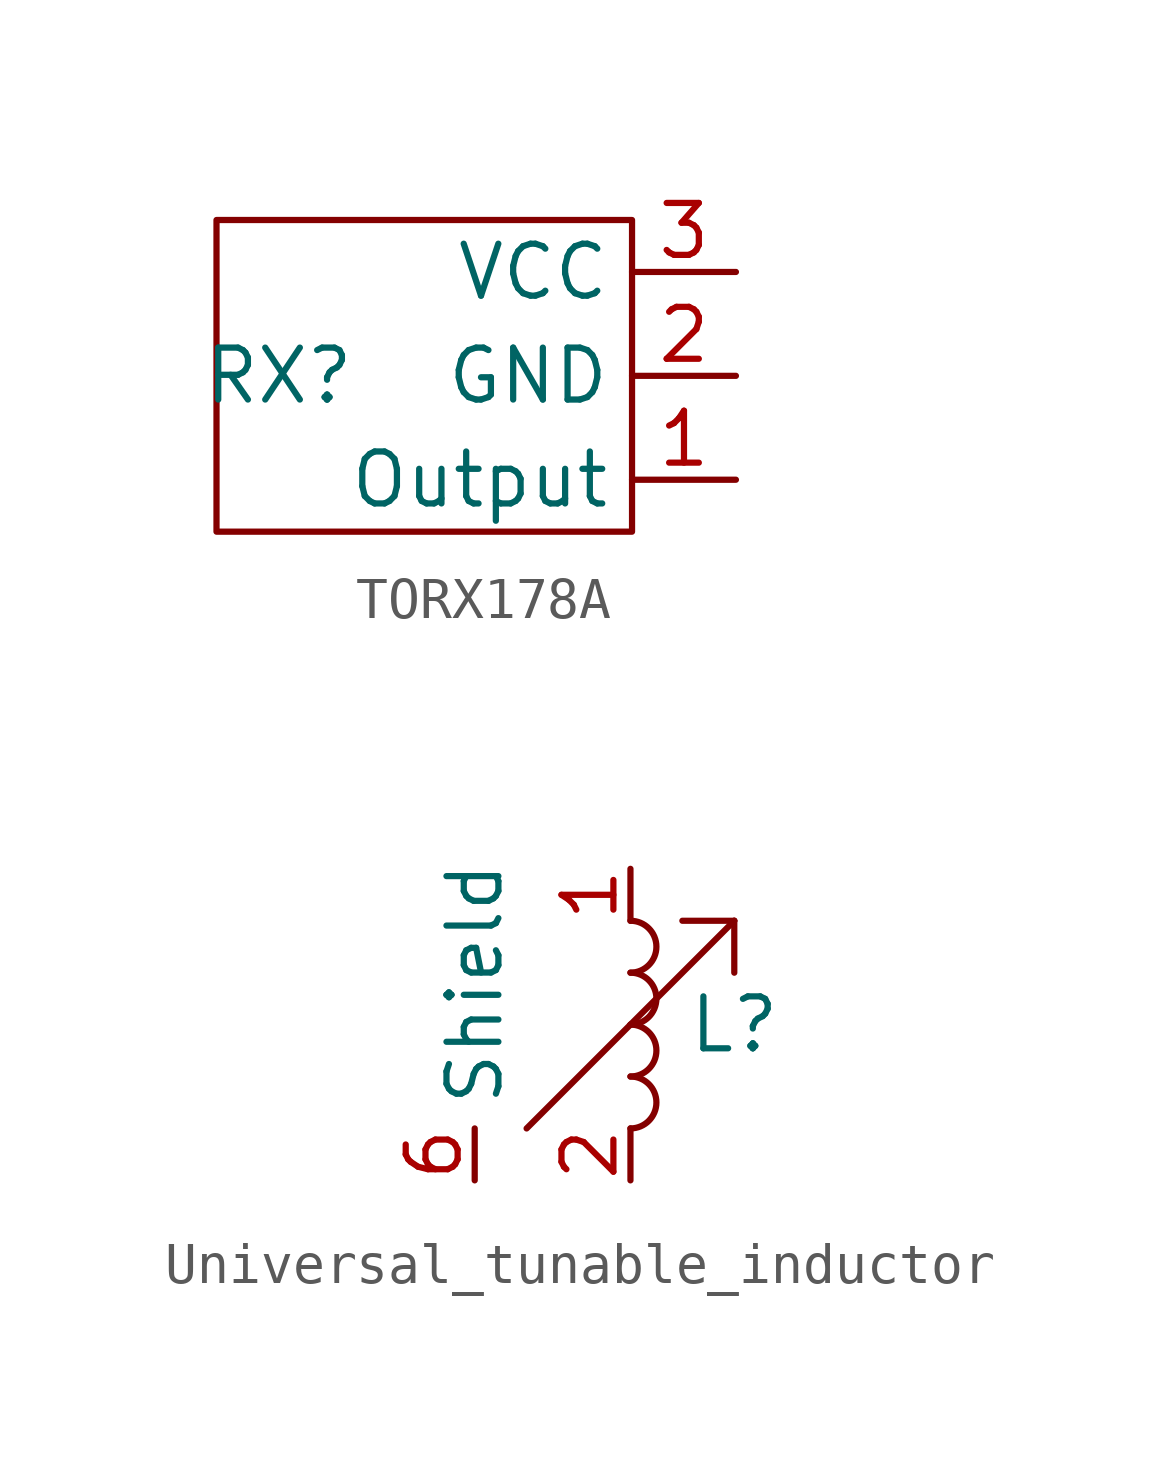
<source format=kicad_sym>
(kicad_symbol_lib
  (version 20241209)
  (generator "kicad_symbol_editor")
  (generator_version "9.0")
  (symbol "TORX178A"
    (property "Reference" "RX"
      (at -3.556 0 0)
      (effects (font (size 1.27 1.27))))
    (property "Value" ""
      (at 0 0 0)
      (effects (font (size 1.27 1.27))))
    (symbol "TORX178A_0_1"
      (rectangle (start -5.08 3.81) (end 5.08 -3.81) (stroke (width 0) (type default)) (fill (type none))))
    (symbol "TORX178A_1_1"
      (pin power_in line (at 7.62 2.54 180) (length 2.54) (name "VCC" (effects (font (size 1.27 1.27)))) (number "3" (effects (font (size 1.27 1.27)))))
      (pin power_in line (at 7.62 0 180) (length 2.54) (name "GND" (effects (font (size 1.27 1.27)))) (number "2" (effects (font (size 1.27 1.27)))))
      (pin open_collector line (at 7.62 -2.54 180) (length 2.54) (name "Output" (effects (font (size 1.27 1.27)))) (number "1" (effects (font (size 1.27 1.27)))))))
  (symbol "Universal_tunable_inductor"
    (property "Reference" "L"
      (at 2.54 0 0)
      (effects (font (size 1.27 1.27))))
    (property "Value" ""
      (at 0 0 0)
      (effects (font (size 1.27 1.27))))
    (symbol "Universal_tunable_inductor_0_1"
      (polyline (pts (xy -2.54 -2.54) (xy 2.54 2.54)) (stroke (width 0) (type default)) (fill (type none)))
      (arc (start 0 2.54) (mid 0.6323 1.905) (end 0 1.27) (stroke (width 0) (type default)) (fill (type none)))
      (arc (start 0 1.27) (mid 0.6323 0.635) (end 0 0) (stroke (width 0) (type default)) (fill (type none)))
      (arc (start 0 0) (mid 0.6323 -0.635) (end 0 -1.27) (stroke (width 0) (type default)) (fill (type none)))
      (arc (start 0 -1.27) (mid 0.6323 -1.905) (end 0 -2.54) (stroke (width 0) (type default)) (fill (type none)))
      (polyline (pts (xy 2.54 2.54) (xy 1.27 2.54) (xy 2.54 2.54)) (stroke (width 0) (type default)) (fill (type none)))
      (polyline (pts (xy 2.54 2.54) (xy 2.54 1.27) (xy 2.54 2.54)) (stroke (width 0) (type default)) (fill (type none))))
    (symbol "Universal_tunable_inductor_1_1"
      (pin passive line (at -3.81 -3.81 90) (length 1.27) (name "Shield" (effects (font (size 1.27 1.27)))) (number "6" (effects (font (size 1.27 1.27)))))
      (pin passive line (at 0 3.81 270) (length 1.27) (name "" (effects (font (size 1.27 1.27)))) (number "1" (effects (font (size 1.27 1.27)))))
      (pin passive line (at 0 -3.81 90) (length 1.27) (name "" (effects (font (size 1.27 1.27)))) (number "2" (effects (font (size 1.27 1.27))))))))
</source>
